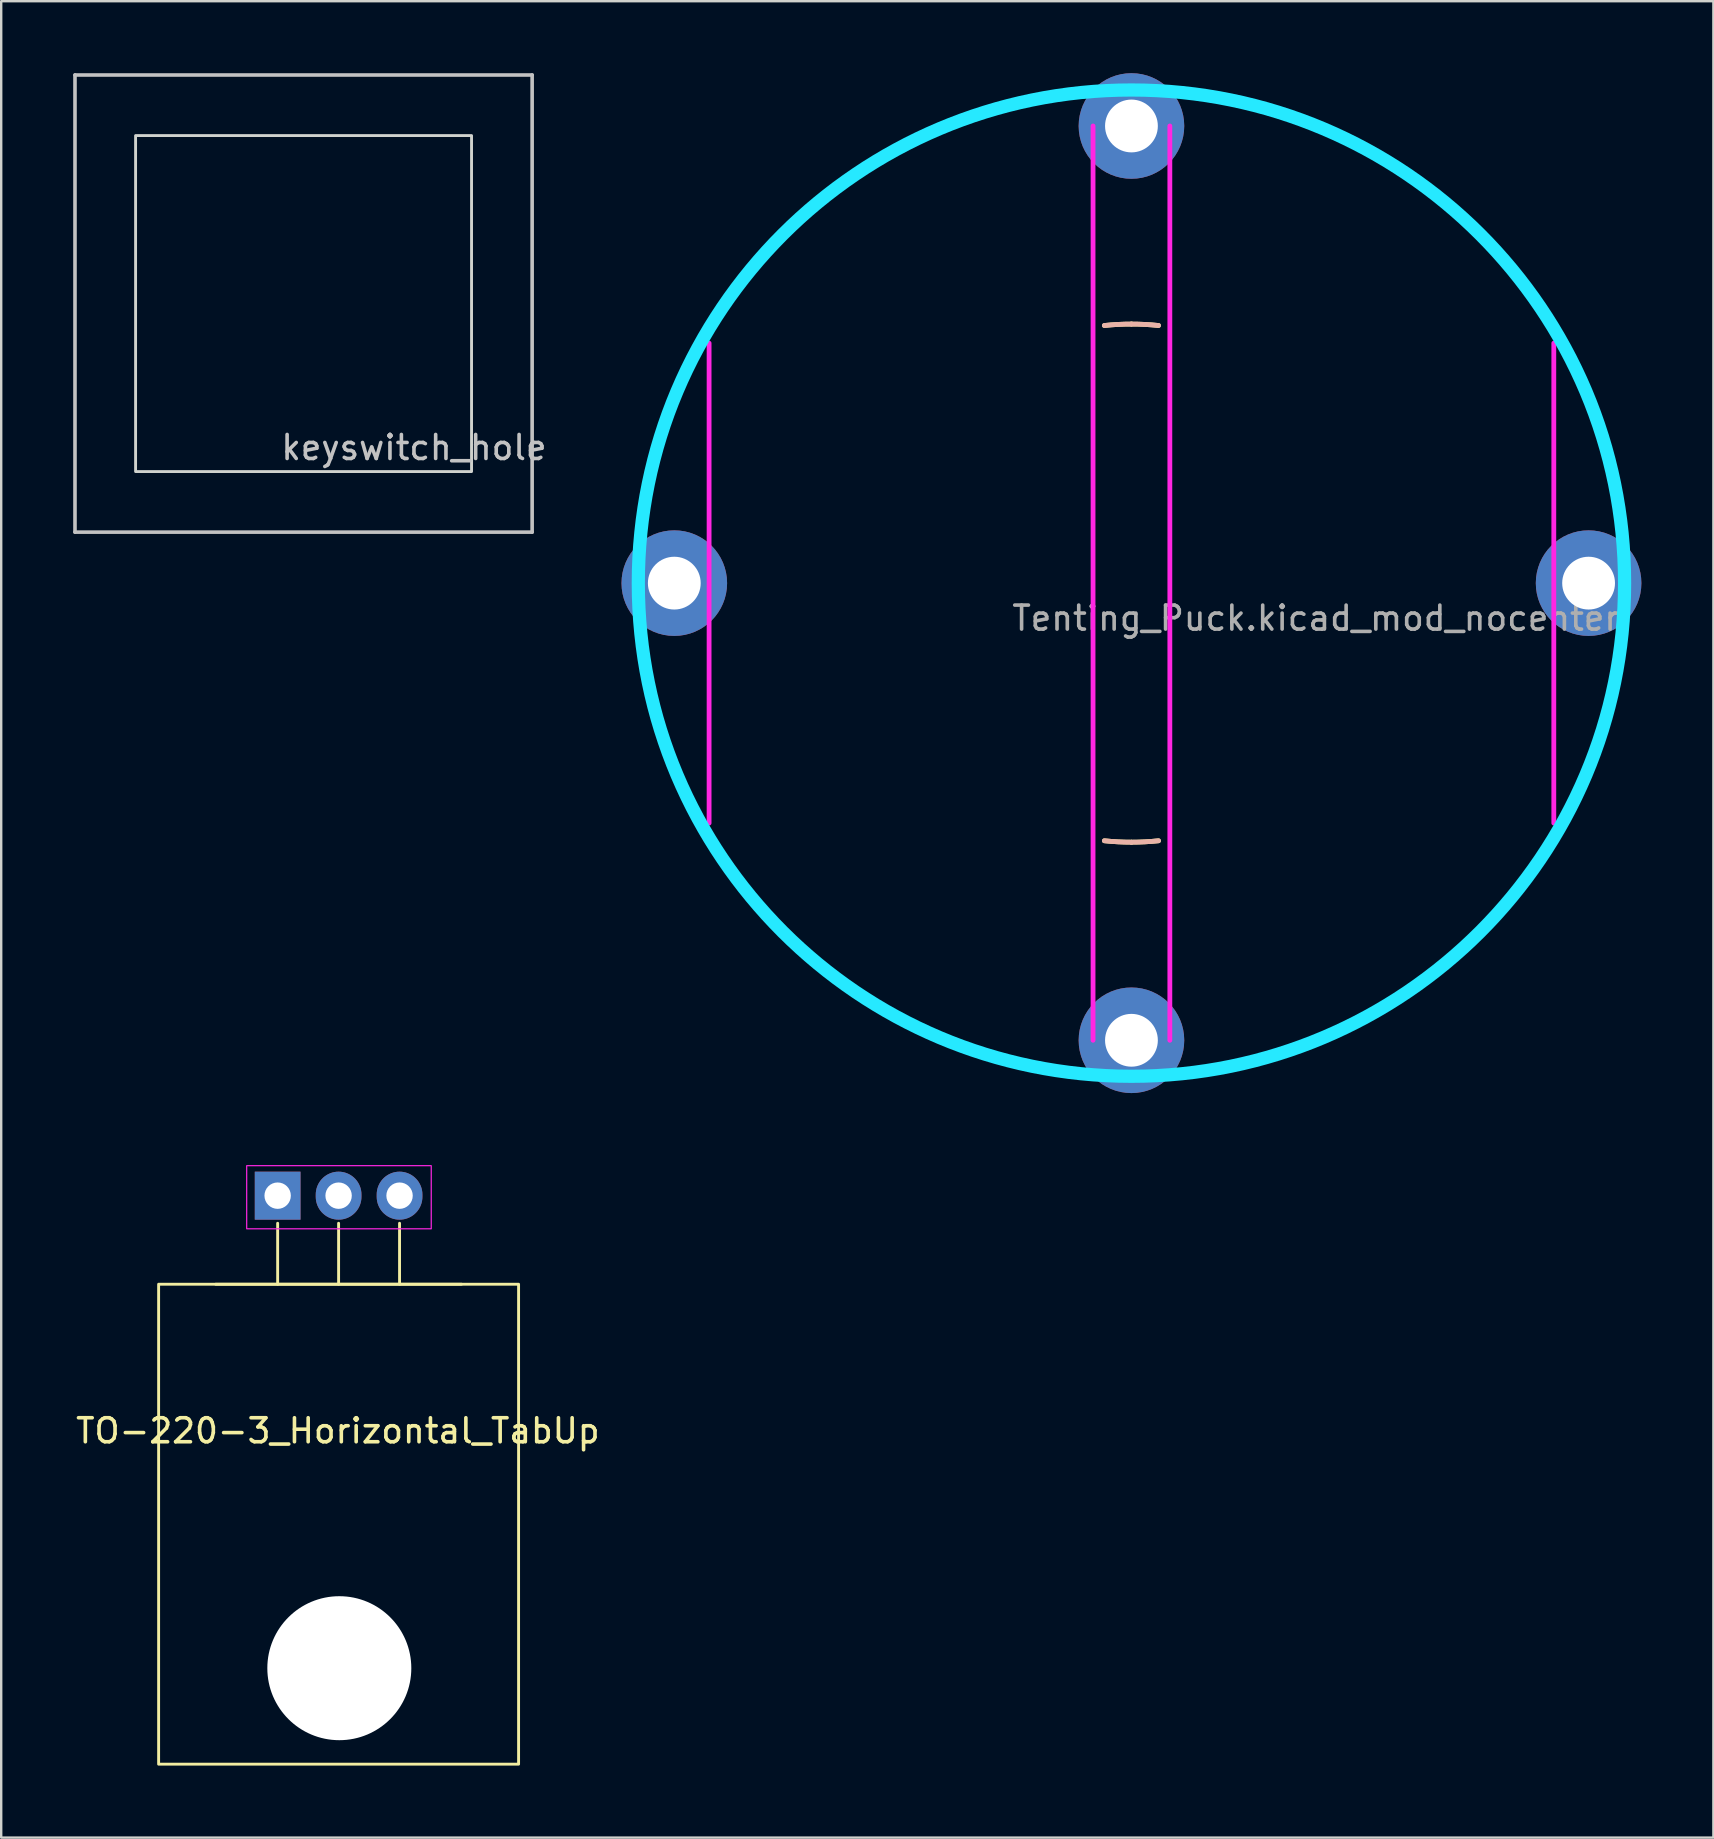
<source format=kicad_pcb>
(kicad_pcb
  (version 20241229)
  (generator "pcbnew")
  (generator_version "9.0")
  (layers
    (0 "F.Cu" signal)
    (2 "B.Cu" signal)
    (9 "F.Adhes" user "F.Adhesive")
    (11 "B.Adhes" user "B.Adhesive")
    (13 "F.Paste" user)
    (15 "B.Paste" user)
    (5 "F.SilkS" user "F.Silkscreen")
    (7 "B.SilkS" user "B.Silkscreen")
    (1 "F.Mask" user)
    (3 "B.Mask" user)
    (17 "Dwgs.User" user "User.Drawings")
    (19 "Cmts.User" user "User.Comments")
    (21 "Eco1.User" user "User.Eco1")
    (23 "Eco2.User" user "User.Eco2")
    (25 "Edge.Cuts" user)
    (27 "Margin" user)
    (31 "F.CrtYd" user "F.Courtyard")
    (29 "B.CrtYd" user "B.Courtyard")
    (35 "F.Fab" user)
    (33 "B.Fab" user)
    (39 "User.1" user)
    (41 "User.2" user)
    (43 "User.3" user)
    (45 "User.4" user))
  (footprint "keyswitch_hole"
    (layer "F.Cu")
    (at 9.6 9.6)
    (property "Reference" "keyswitch_hole" (at 4.6 6 180) (layer "Dwgs.User") (effects (font (size 1 1) (thickness 0.15))))
    (attr through_hole)
    (fp_line (start -9.525 -9.525) (end 9.525 -9.525) (stroke (width 0.15) (type solid)) (layer "Dwgs.User"))
    (fp_line (start -9.525 9.525) (end -9.525 -9.525) (stroke (width 0.15) (type solid)) (layer "Dwgs.User"))
    (fp_line (start 9.525 -9.525) (end 9.525 9.525) (stroke (width 0.15) (type solid)) (layer "Dwgs.User"))
    (fp_line (start 9.525 9.525) (end -9.525 9.525) (stroke (width 0.15) (type solid)) (layer "Dwgs.User"))
    (fp_rect (start -7 -7) (end 7 7) (stroke (width 0.12) (type default)) (fill no) (layer "Edge.Cuts")))
  (footprint "TO-220-3_Horizontal_TabUp"
    (layer "F.Cu")
    (at 11.06 58.013)
    (property "Reference" "TO-220-3_Horizontal_TabUp" (at -0.03 -1.438 0) (layer "F.SilkS") (effects (font (size 1 1) (thickness 0.15))))
    (attr through_hole)
    (fp_line (start -5.12 -7.548) (end 5.12 -7.548) (stroke (width 0.12) (type solid)) (layer "F.SilkS"))
    (fp_line (start -2.54 -10.088) (end -2.54 -7.548) (stroke (width 0.12) (type solid)) (layer "F.SilkS"))
    (fp_line (start 0 -10.088) (end 0 -7.548) (stroke (width 0.12) (type solid)) (layer "F.SilkS"))
    (fp_line (start 2.54 -10.088) (end 2.54 -7.548) (stroke (width 0.12) (type solid)) (layer "F.SilkS"))
    (fp_rect (start 7.5 12.453) (end -7.5 -7.548) (stroke (width 0.12) (type default)) (fill no) (layer "F.SilkS"))
    (fp_rect (start -3.83 -12.488) (end 3.86 -9.857) (stroke (width 0.05) (type default)) (fill no) (layer "F.CrtYd"))
    (pad "" np_thru_hole circle (at 0.03 8.453) (size 6 6) (drill 6) (layers "*.Cu" "*.Mask"))
    (pad "1" thru_hole rect (at -2.54 -11.238) (size 1.905 2) (drill 1.1) (layers "*.Cu" "*.Mask"))
    (pad "2" thru_hole oval (at 0 -11.238) (size 1.905 2) (drill 1.1) (layers "*.Cu" "*.Mask"))
    (pad "3" thru_hole oval (at 2.54 -11.238) (size 1.905 2) (drill 1.1) (layers "*.Cu" "*.Mask")))
  (footprint "Tenting_Puck.kicad_mod_nocenter"
    (layer "F.Cu")
    (at 44.099 21.25)
    (property "Reference" "Tenting_Puck.kicad_mod_nocenter" (at 7.684 1.46 0) (layer "F.Fab") (effects (font (size 1 1) (thickness 0.15))))
    (attr through_hole)
    (fp_arc (start -20.32 -2.8575) (mid -19.91151 -4.959786) (end -19.286134 -7.008048) (stroke (width 0.2) (type solid)) (layer "F.SilkS"))
    (fp_arc (start -19.286134 7.008047) (mid -19.91151 4.959786) (end -20.32 2.8575) (stroke (width 0.2) (type solid)) (layer "F.SilkS"))
    (fp_arc (start -7.008048 -19.286134) (mid -4.959786 -19.91151) (end -2.8575 -20.32) (stroke (width 0.2) (type solid)) (layer "F.SilkS"))
    (fp_arc (start -2.8575 20.32) (mid -4.959785 19.91151) (end -7.008046 19.286135) (stroke (width 0.2) (type solid)) (layer "F.SilkS"))
    (fp_arc (start -1.128385 -10.735864) (mid -0.564967 -10.780206) (end 0 -10.795) (stroke (width 0.2) (type solid)) (layer "F.SilkS"))
    (fp_arc (start 0 -10.795) (mid 0.564967 -10.780206) (end 1.128385 -10.735864) (stroke (width 0.2) (type solid)) (layer "F.SilkS"))
    (fp_arc (start 0 10.795) (mid -0.564967 10.780206) (end -1.128385 10.735864) (stroke (width 0.2) (type solid)) (layer "F.SilkS"))
    (fp_arc (start 1.128385 10.735864) (mid 0.564967 10.780206) (end 0 10.795) (stroke (width 0.2) (type solid)) (layer "F.SilkS"))
    (fp_arc (start 2.8575 -20.32) (mid 4.959786 -19.91151) (end 7.008047 -19.286134) (stroke (width 0.2) (type solid)) (layer "F.SilkS"))
    (fp_arc (start 7.008047 19.286134) (mid 4.959786 19.91151) (end 2.8575 20.32) (stroke (width 0.2) (type solid)) (layer "F.SilkS"))
    (fp_arc (start 19.286135 -7.008045) (mid 19.91151 -4.959785) (end 20.32 -2.8575) (stroke (width 0.2) (type solid)) (layer "F.SilkS"))
    (fp_arc (start 20.32 2.8575) (mid 19.91151 4.959785) (end 19.286135 7.008046) (stroke (width 0.2) (type solid)) (layer "F.SilkS"))
    (fp_arc (start -20.32 -2.8575) (mid -19.91151 -4.959784) (end -19.286136 -7.008044) (stroke (width 0.2) (type solid)) (layer "B.SilkS"))
    (fp_arc (start -19.286135 7.008046) (mid -19.91151 4.959785) (end -20.32 2.8575) (stroke (width 0.2) (type solid)) (layer "B.SilkS"))
    (fp_arc (start -7.008046 -19.286135) (mid -4.959785 -19.91151) (end -2.8575 -20.32) (stroke (width 0.2) (type solid)) (layer "B.SilkS"))
    (fp_arc (start -2.8575 20.32) (mid -4.959785 19.91151) (end -7.008045 19.286135) (stroke (width 0.2) (type solid)) (layer "B.SilkS"))
    (fp_arc (start -1.128385 -10.735864) (mid -0.564967 -10.780206) (end 0 -10.795) (stroke (width 0.2) (type solid)) (layer "B.SilkS"))
    (fp_arc (start 0 -10.795) (mid 0.564967 -10.780206) (end 1.128385 -10.735864) (stroke (width 0.2) (type solid)) (layer "B.SilkS"))
    (fp_arc (start 0 10.795) (mid -0.564967 10.780206) (end -1.128385 10.735864) (stroke (width 0.2) (type solid)) (layer "B.SilkS"))
    (fp_arc (start 1.128385 10.735864) (mid 0.564967 10.780206) (end 0 10.795) (stroke (width 0.2) (type solid)) (layer "B.SilkS"))
    (fp_arc (start 2.8575 -20.32) (mid 4.959787 -19.91151) (end 7.008049 -19.286134) (stroke (width 0.2) (type solid)) (layer "B.SilkS"))
    (fp_arc (start 7.008045 19.286135) (mid 4.959785 19.91151) (end 2.8575 20.32) (stroke (width 0.2) (type solid)) (layer "B.SilkS"))
    (fp_arc (start 19.286134 -7.008048) (mid 19.91151 -4.959786) (end 20.32 -2.8575) (stroke (width 0.2) (type solid)) (layer "B.SilkS"))
    (fp_arc (start 20.32 2.8575) (mid 19.91151 4.959786) (end 19.286134 7.008048) (stroke (width 0.2) (type solid)) (layer "B.SilkS"))
    (fp_circle (center 0 0) (end 20.55 0) (stroke (width 0.55) (type solid)) (fill no) (layer "B.CrtYd"))
    (fp_line (start -17.6 10) (end -17.6 -10) (stroke (width 0.2) (type solid)) (layer "F.CrtYd"))
    (fp_line (start -1.6 19.05) (end -1.6 -19.05) (stroke (width 0.2) (type solid)) (layer "F.CrtYd"))
    (fp_line (start 1.6 19.05) (end 1.6 -19.05) (stroke (width 0.2) (type solid)) (layer "F.CrtYd"))
    (fp_line (start 17.6 10) (end 17.6 -10) (stroke (width 0.2) (type solid)) (layer "F.CrtYd"))
    (pad "1" thru_hole circle (at -19.05 0) (size 4.4 4.4) (drill 2.2) (layers "*.Cu" "*.Mask"))
    (pad "1" thru_hole circle (at 0 -19.05) (size 4.4 4.4) (drill 2.2) (layers "*.Cu" "*.Mask"))
    (pad "1" thru_hole circle (at 0 19.05) (size 4.4 4.4) (drill 2.2) (layers "*.Cu" "*.Mask"))
    (pad "1" thru_hole circle (at 19.05 0) (size 4.4 4.4) (drill 2.2) (layers "*.Cu" "*.Mask")))
  (gr_rect
    (start -3 -3)
    (end 68.349 73.525)
    (stroke (width 0.1) (type default))
    (fill no)
    (layer "Edge.Cuts")))
</source>
